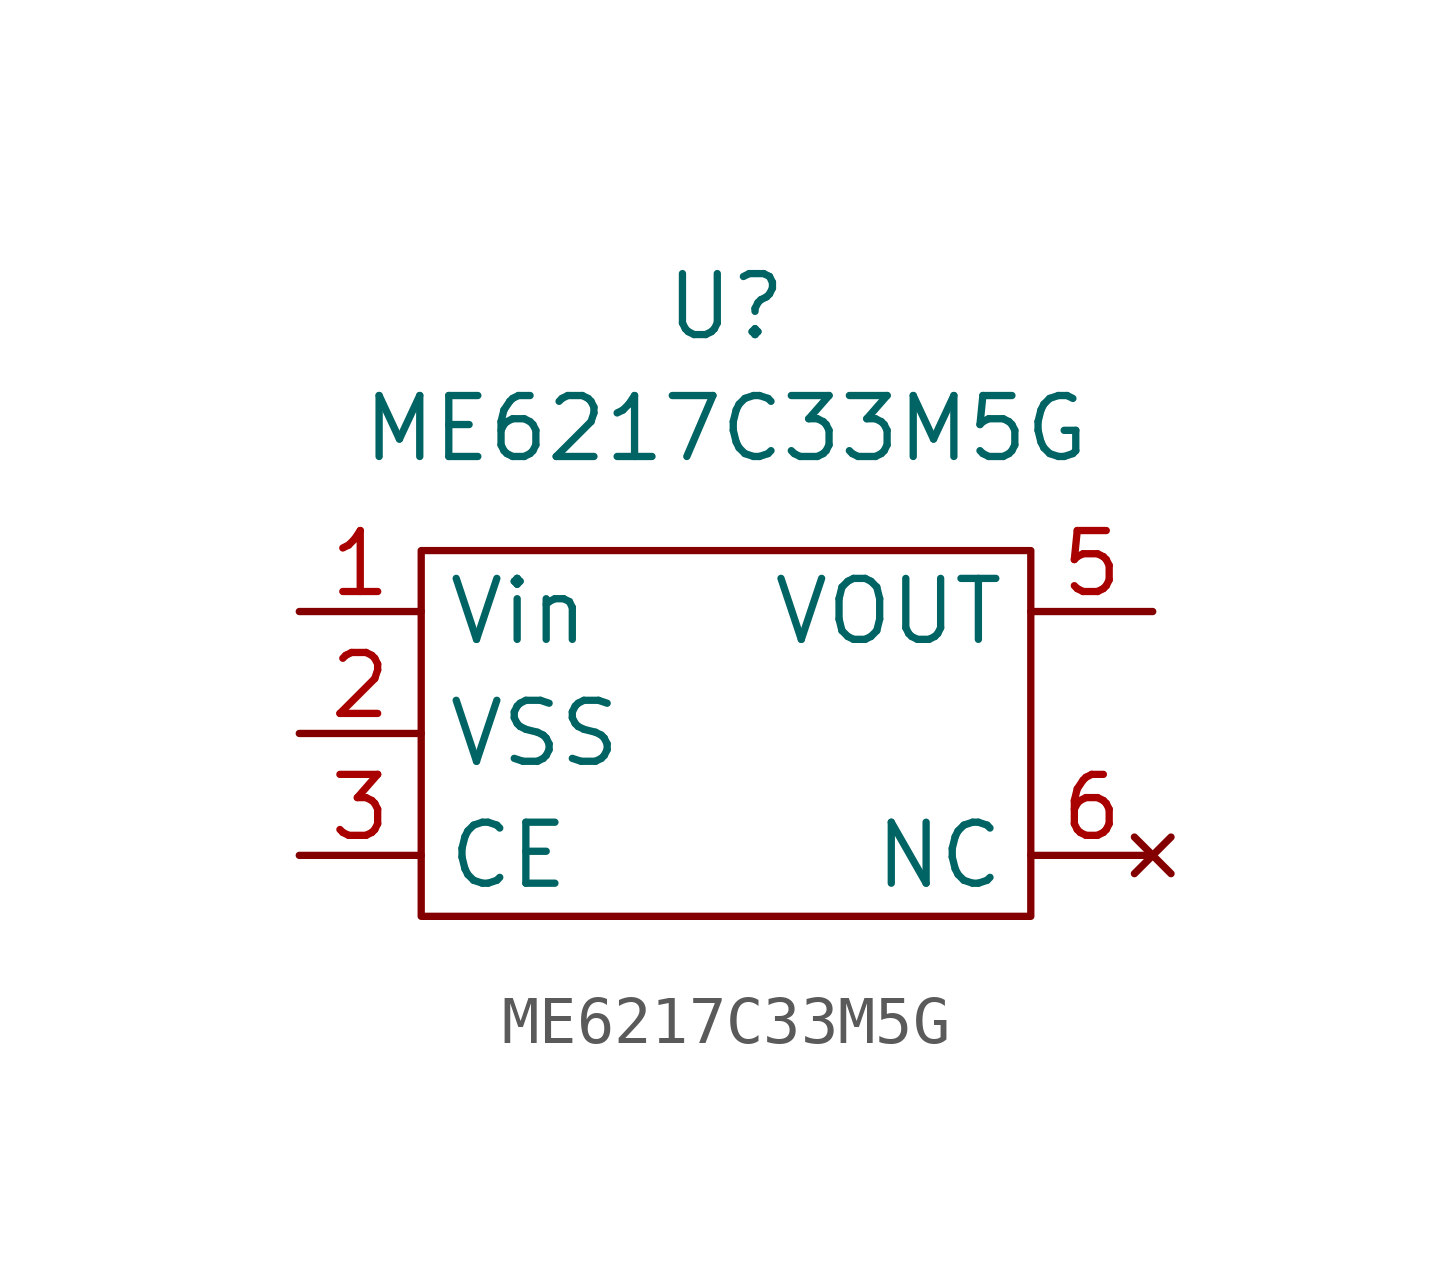
<source format=kicad_sym>
(kicad_symbol_lib
  (version 20211014)
  (generator kicad_symbol_editor)
  (symbol "ME6217C33M5G"
    (property "Reference" "U"
      (at 0 8.89 0)
      (effects (font (size 1.27 1.27))))
    (property "Value" "ME6217C33M5G"
      (at 0 6.35 0)
      (effects (font (size 1.27 1.27))))
    (symbol "ME6217C33M5G_0_1"
      (rectangle (start -6.35 3.81) (end 6.35 -3.81) (stroke (width 0) (type default) (color 0 0 0 0)) (fill (type none))))
    (symbol "ME6217C33M5G_1_1"
      (pin power_in line (at -8.89 2.54 0) (length 2.54) (name "Vin" (effects (font (size 1.27 1.27)))) (number "1" (effects (font (size 1.27 1.27)))))
      (pin power_in line (at -8.89 0 0) (length 2.54) (name "VSS" (effects (font (size 1.27 1.27)))) (number "2" (effects (font (size 1.27 1.27)))))
      (pin input line (at -8.89 -2.54 0) (length 2.54) (name "CE" (effects (font (size 1.27 1.27)))) (number "3" (effects (font (size 1.27 1.27)))))
      (pin input line (at 8.89 2.54 180) (length 2.54) (name "VOUT" (effects (font (size 1.27 1.27)))) (number "5" (effects (font (size 1.27 1.27)))))
      (pin no_connect line (at 8.89 -2.54 180) (length 2.54) (name "NC" (effects (font (size 1.27 1.27)))) (number "6" (effects (font (size 1.27 1.27))))))))
</source>
